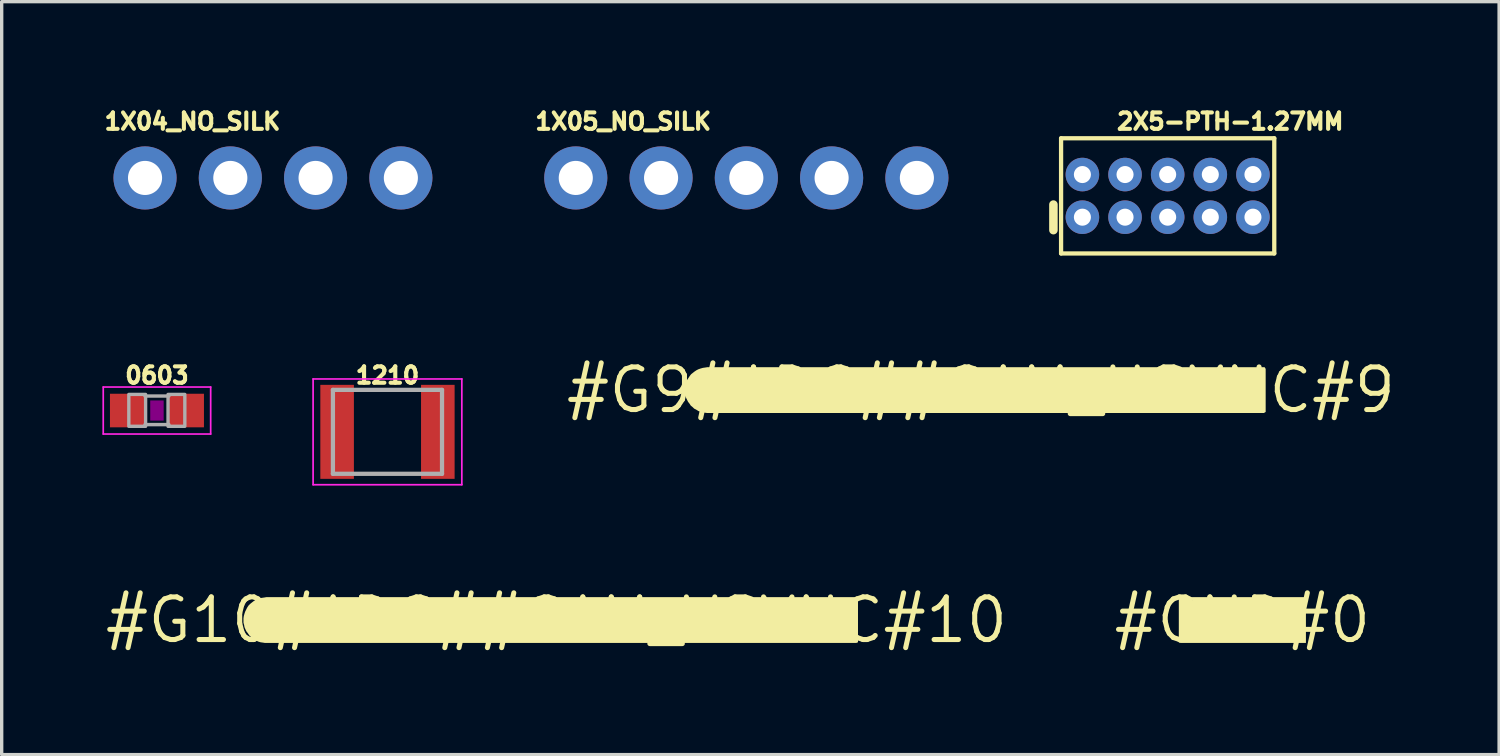
<source format=kicad_pcb>
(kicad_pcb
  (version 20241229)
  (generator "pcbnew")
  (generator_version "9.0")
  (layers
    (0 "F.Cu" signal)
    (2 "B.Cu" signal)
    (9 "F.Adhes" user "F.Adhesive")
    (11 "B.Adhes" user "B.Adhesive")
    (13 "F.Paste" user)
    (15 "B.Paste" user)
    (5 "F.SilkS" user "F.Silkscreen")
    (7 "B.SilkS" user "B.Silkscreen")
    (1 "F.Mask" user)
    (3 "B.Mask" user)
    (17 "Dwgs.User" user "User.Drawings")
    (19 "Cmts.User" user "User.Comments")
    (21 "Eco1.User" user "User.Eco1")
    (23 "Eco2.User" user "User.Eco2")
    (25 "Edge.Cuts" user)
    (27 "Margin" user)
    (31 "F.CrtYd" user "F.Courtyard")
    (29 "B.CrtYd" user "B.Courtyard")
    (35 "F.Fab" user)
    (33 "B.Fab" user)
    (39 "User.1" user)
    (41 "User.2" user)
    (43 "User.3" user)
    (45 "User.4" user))
  (footprint "0603"
    (layer "F.Cu")
    (at 1.625 9.178)
    (property "Reference" "0603" (at 0 -0.762 0) (layer "F.SilkS") (effects (font (size 0.488 0.488) (thickness 0.122)) (justify bottom)))
    (fp_poly (pts (xy -0.2 0.3) (xy 0.2 0.3) (xy 0.2 -0.3) (xy -0.2 -0.3)) (stroke (width 0) (type solid)) (fill yes) (layer "F.Adhes"))
    (fp_line (start -1.6 -0.7) (end 1.6 -0.7) (stroke (width 0.051) (type solid)) (layer "F.CrtYd"))
    (fp_line (start -1.6 0.7) (end -1.6 -0.7) (stroke (width 0.051) (type solid)) (layer "F.CrtYd"))
    (fp_line (start 1.6 -0.7) (end 1.6 0.7) (stroke (width 0.051) (type solid)) (layer "F.CrtYd"))
    (fp_line (start 1.6 0.7) (end -1.6 0.7) (stroke (width 0.051) (type solid)) (layer "F.CrtYd"))
    (fp_line (start -0.356 -0.432) (end 0.356 -0.432) (stroke (width 0.102) (type solid)) (layer "F.Fab"))
    (fp_line (start -0.356 0.419) (end 0.356 0.419) (stroke (width 0.102) (type solid)) (layer "F.Fab"))
    (fp_poly (pts (xy -0.838 0.47) (xy -0.338 0.47) (xy -0.338 -0.48) (xy -0.838 -0.48)) (stroke (width 0.1) (type solid)) (fill no) (layer "F.Fab"))
    (fp_poly (pts (xy 0.33 0.47) (xy 0.83 0.47) (xy 0.83 -0.48) (xy 0.33 -0.48)) (stroke (width 0.1) (type solid)) (fill no) (layer "F.Fab"))
    (pad "1" smd rect (at -0.85 0) (size 1.1 1) (layers "F.Cu" "F.Mask" "F.Paste"))
    (pad "2" smd rect (at 0.85 0) (size 1.1 1) (layers "F.Cu" "F.Mask" "F.Paste")))
  (footprint "1X05_NO_SILK"
    (layer "F.Cu")
    (at 14.1 2.25)
    (property "Reference" "1X05_NO_SILK" (at -1.27 -1.397 0) (layer "F.SilkS") (effects (font (size 0.488 0.488) (thickness 0.122)) (justify left bottom)))
    (fp_poly (pts (xy -0.254 0.254) (xy 0.254 0.254) (xy 0.254 -0.254) (xy -0.254 -0.254)) (stroke (width 0.1) (type solid)) (fill no) (layer "F.Fab"))
    (fp_poly (pts (xy 2.286 0.254) (xy 2.794 0.254) (xy 2.794 -0.254) (xy 2.286 -0.254)) (stroke (width 0.1) (type solid)) (fill no) (layer "F.Fab"))
    (fp_poly (pts (xy 4.826 0.254) (xy 5.334 0.254) (xy 5.334 -0.254) (xy 4.826 -0.254)) (stroke (width 0.1) (type solid)) (fill no) (layer "F.Fab"))
    (fp_poly (pts (xy 7.366 0.254) (xy 7.874 0.254) (xy 7.874 -0.254) (xy 7.366 -0.254)) (stroke (width 0.1) (type solid)) (fill no) (layer "F.Fab"))
    (fp_poly (pts (xy 9.906 0.254) (xy 10.414 0.254) (xy 10.414 -0.254) (xy 9.906 -0.254)) (stroke (width 0.1) (type solid)) (fill no) (layer "F.Fab"))
    (pad "1" thru_hole circle (at 0 0 90) (size 1.88 1.88) (drill 1.016) (layers "*.Cu" "*.Mask"))
    (pad "2" thru_hole circle (at 2.54 0 90) (size 1.88 1.88) (drill 1.016) (layers "*.Cu" "*.Mask"))
    (pad "3" thru_hole circle (at 5.08 0 90) (size 1.88 1.88) (drill 1.016) (layers "*.Cu" "*.Mask"))
    (pad "4" thru_hole circle (at 7.62 0 90) (size 1.88 1.88) (drill 1.016) (layers "*.Cu" "*.Mask"))
    (pad "5" thru_hole circle (at 10.16 0 90) (size 1.88 1.88) (drill 1.016) (layers "*.Cu" "*.Mask")))
  (footprint "#G9#ADC##CAM_HSYNC#9"
    (layer "F.Cu")
    (at 26.167 8.569)
    (property "Reference" "#G9#ADC##CAM_HSYNC#9" (at 0 0 0) (layer "F.SilkS") (effects (font (size 1.27 1.27) (thickness 0.15))))
    (fp_poly (pts (xy 8.482 -0.631) (xy 8.482 0.651) (xy 8.431 0.682) (xy -8.16 0.682) (xy -8.23 0.672) (xy -8.291 0.662) (xy -8.361 0.642) (xy -8.421 0.622) (xy -8.481 0.582) (xy -8.541 0.552) (xy -8.592 0.502) (xy -8.642 0.462) (xy -8.682 0.401) (xy -8.722 0.351) (xy -8.752 0.291) (xy -8.782 0.231) (xy -8.802 0.161) (xy -8.812 0.09) (xy -8.812 -0.11) (xy -8.792 -0.171) (xy -8.772 -0.241) (xy -8.752 -0.301) (xy -8.672 -0.421) (xy -8.632 -0.472) (xy -8.582 -0.512) (xy -8.531 -0.552) (xy -8.471 -0.592) (xy -8.411 -0.622) (xy -8.351 -0.642) (xy -8.281 -0.662) (xy -8.21 -0.672) (xy -8.15 -0.682) (xy 8.451 -0.682)) (stroke (width 0) (type solid)) (fill yes) (layer "F.SilkS")))
  (footprint "1X04_NO_SILK"
    (layer "F.Cu")
    (at 1.27 2.25)
    (property "Reference" "1X04_NO_SILK" (at -1.27 -1.397 0) (layer "F.SilkS") (effects (font (size 0.488 0.488) (thickness 0.122)) (justify left bottom)))
    (fp_poly (pts (xy -0.254 0.254) (xy 0.254 0.254) (xy 0.254 -0.254) (xy -0.254 -0.254)) (stroke (width 0.1) (type solid)) (fill no) (layer "F.Fab"))
    (fp_poly (pts (xy 2.286 0.254) (xy 2.794 0.254) (xy 2.794 -0.254) (xy 2.286 -0.254)) (stroke (width 0.1) (type solid)) (fill no) (layer "F.Fab"))
    (fp_poly (pts (xy 4.826 0.254) (xy 5.334 0.254) (xy 5.334 -0.254) (xy 4.826 -0.254)) (stroke (width 0.1) (type solid)) (fill no) (layer "F.Fab"))
    (fp_poly (pts (xy 7.366 0.254) (xy 7.874 0.254) (xy 7.874 -0.254) (xy 7.366 -0.254)) (stroke (width 0.1) (type solid)) (fill no) (layer "F.Fab"))
    (pad "1" thru_hole circle (at 0 0 90) (size 1.88 1.88) (drill 1.016) (layers "*.Cu" "*.Mask"))
    (pad "2" thru_hole circle (at 2.54 0 90) (size 1.88 1.88) (drill 1.016) (layers "*.Cu" "*.Mask"))
    (pad "3" thru_hole circle (at 5.08 0 90) (size 1.88 1.88) (drill 1.016) (layers "*.Cu" "*.Mask"))
    (pad "4" thru_hole circle (at 7.62 0 90) (size 1.88 1.88) (drill 1.016) (layers "*.Cu" "*.Mask")))
  (footprint "1210"
    (layer "F.Cu")
    (at 8.491 9.813)
    (property "Reference" "1210" (at 0 -1.397 0) (layer "F.SilkS") (effects (font (size 0.488 0.488) (thickness 0.122)) (justify bottom)))
    (fp_line (start -2.215 -1.575) (end 2.215 -1.575) (stroke (width 0.051) (type solid)) (layer "F.CrtYd"))
    (fp_line (start -2.215 1.575) (end -2.215 -1.575) (stroke (width 0.051) (type solid)) (layer "F.CrtYd"))
    (fp_line (start 2.215 -1.575) (end 2.215 1.575) (stroke (width 0.051) (type solid)) (layer "F.CrtYd"))
    (fp_line (start 2.215 1.575) (end -2.215 1.575) (stroke (width 0.051) (type solid)) (layer "F.CrtYd"))
    (fp_line (start -1.625 -1.25) (end 1.625 -1.25) (stroke (width 0.127) (type solid)) (layer "F.Fab"))
    (fp_line (start -1.625 1.25) (end -1.625 -1.25) (stroke (width 0.127) (type solid)) (layer "F.Fab"))
    (fp_line (start 1.625 1.25) (end -1.625 1.25) (stroke (width 0.127) (type solid)) (layer "F.Fab"))
    (fp_line (start 1.625 -1.25) (end 1.625 1.25) (stroke (width 0.127) (type solid)) (layer "F.Fab"))
    (pad "1" smd rect (at -1.5 0) (size 1 2.8) (layers "F.Cu" "F.Mask" "F.Paste"))
    (pad "2" smd rect (at 1.5 0) (size 1 2.8) (layers "F.Cu" "F.Mask" "F.Paste")))
  (footprint "2X5-PTH-1.27MM"
    (layer "F.Cu")
    (at 31.73 2.784)
    (property "Reference" "2X5-PTH-1.27MM" (at -1.575 -1.93 0) (layer "F.SilkS") (effects (font (size 0.488 0.488) (thickness 0.122)) (justify left bottom)))
    (fp_line (start -3.403 1.021) (end -3.403 0.259) (stroke (width 0.254) (type solid)) (layer "F.SilkS"))
    (fp_line (start -3.175 -1.715) (end -3.175 1.715) (stroke (width 0.127) (type solid)) (layer "F.SilkS"))
    (fp_line (start -3.175 1.715) (end 3.175 1.715) (stroke (width 0.127) (type solid)) (layer "F.SilkS"))
    (fp_line (start 3.175 -1.715) (end -3.175 -1.715) (stroke (width 0.127) (type solid)) (layer "F.SilkS"))
    (fp_line (start 3.175 1.715) (end 3.175 -1.715) (stroke (width 0.127) (type solid)) (layer "F.SilkS"))
    (pad "1" thru_hole circle (at -2.54 0.635) (size 1 1) (drill 0.508) (layers "*.Cu" "*.Mask"))
    (pad "2" thru_hole circle (at -2.54 -0.635) (size 1 1) (drill 0.508) (layers "*.Cu" "*.Mask"))
    (pad "3" thru_hole circle (at -1.27 0.635) (size 1 1) (drill 0.508) (layers "*.Cu" "*.Mask"))
    (pad "4" thru_hole circle (at -1.27 -0.635) (size 1 1) (drill 0.508) (layers "*.Cu" "*.Mask"))
    (pad "5" thru_hole circle (at 0 0.635) (size 1 1) (drill 0.508) (layers "*.Cu" "*.Mask"))
    (pad "6" thru_hole circle (at 0 -0.635) (size 1 1) (drill 0.508) (layers "*.Cu" "*.Mask"))
    (pad "7" thru_hole circle (at 1.27 0.635) (size 1 1) (drill 0.508) (layers "*.Cu" "*.Mask"))
    (pad "8" thru_hole circle (at 1.27 -0.635) (size 1 1) (drill 0.508) (layers "*.Cu" "*.Mask"))
    (pad "9" thru_hole circle (at 2.54 0.635) (size 1 1) (drill 0.508) (layers "*.Cu" "*.Mask"))
    (pad "10" thru_hole circle (at 2.54 -0.635) (size 1 1) (drill 0.508) (layers "*.Cu" "*.Mask")))
  (footprint "#G10#ADC##CAM_VSYNC#10"
    (layer "F.Cu")
    (at 13.524 15.419)
    (property "Reference" "#G10#ADC##CAM_VSYNC#10" (at 0 0 0) (layer "F.SilkS") (effects (font (size 1.27 1.27) (thickness 0.15))))
    (fp_poly (pts (xy -8.639 -0.682) (xy 8.962 -0.682) (xy 8.982 -0.63) (xy 8.982 0.662) (xy 8.93 0.682) (xy -8.68 0.682) (xy -8.74 0.672) (xy -8.811 0.662) (xy -8.881 0.642) (xy -8.941 0.612) (xy -9.001 0.582) (xy -9.052 0.542) (xy -9.102 0.502) (xy -9.152 0.452) (xy -9.192 0.391) (xy -9.232 0.341) (xy -9.262 0.281) (xy -9.292 0.211) (xy -9.302 0.151) (xy -9.322 0.08) (xy -9.322 -0.05) (xy -9.312 -0.121) (xy -9.292 -0.191) (xy -9.272 -0.251) (xy -9.242 -0.311) (xy -9.212 -0.371) (xy -9.172 -0.432) (xy -9.122 -0.482) (xy -9.072 -0.522) (xy -9.021 -0.562) (xy -8.961 -0.602) (xy -8.901 -0.632) (xy -8.841 -0.652) (xy -8.77 -0.662) (xy -8.7 -0.672) (xy -8.644 -0.682) (xy -8.645 -0.682) (xy -8.64 -0.682) (xy -8.639 -0.683)) (stroke (width 0) (type solid)) (fill yes) (layer "F.SilkS")))
  (footprint "#GND#0"
    (layer "F.Cu")
    (at 33.955 15.419)
    (property "Reference" "#GND#0" (at 0 0 0) (layer "F.SilkS") (effects (font (size 1.27 1.27) (thickness 0.15))))
    (fp_poly (pts (xy -1.476 -0.568) (xy -1.555 -0.682) (xy 1.83 -0.682) (xy 1.893 -0.672) (xy 1.893 0.682) (xy -1.83 0.682) (xy -1.893 0.672) (xy -1.893 -0.682) (xy -1.559 -0.682)) (stroke (width 0) (type solid)) (fill yes) (layer "F.SilkS")))
  (gr_rect
    (start -3 -3)
    (end 41.602 19.426)
    (stroke (width 0.1) (type default))
    (fill no)
    (layer "Edge.Cuts")))
</source>
